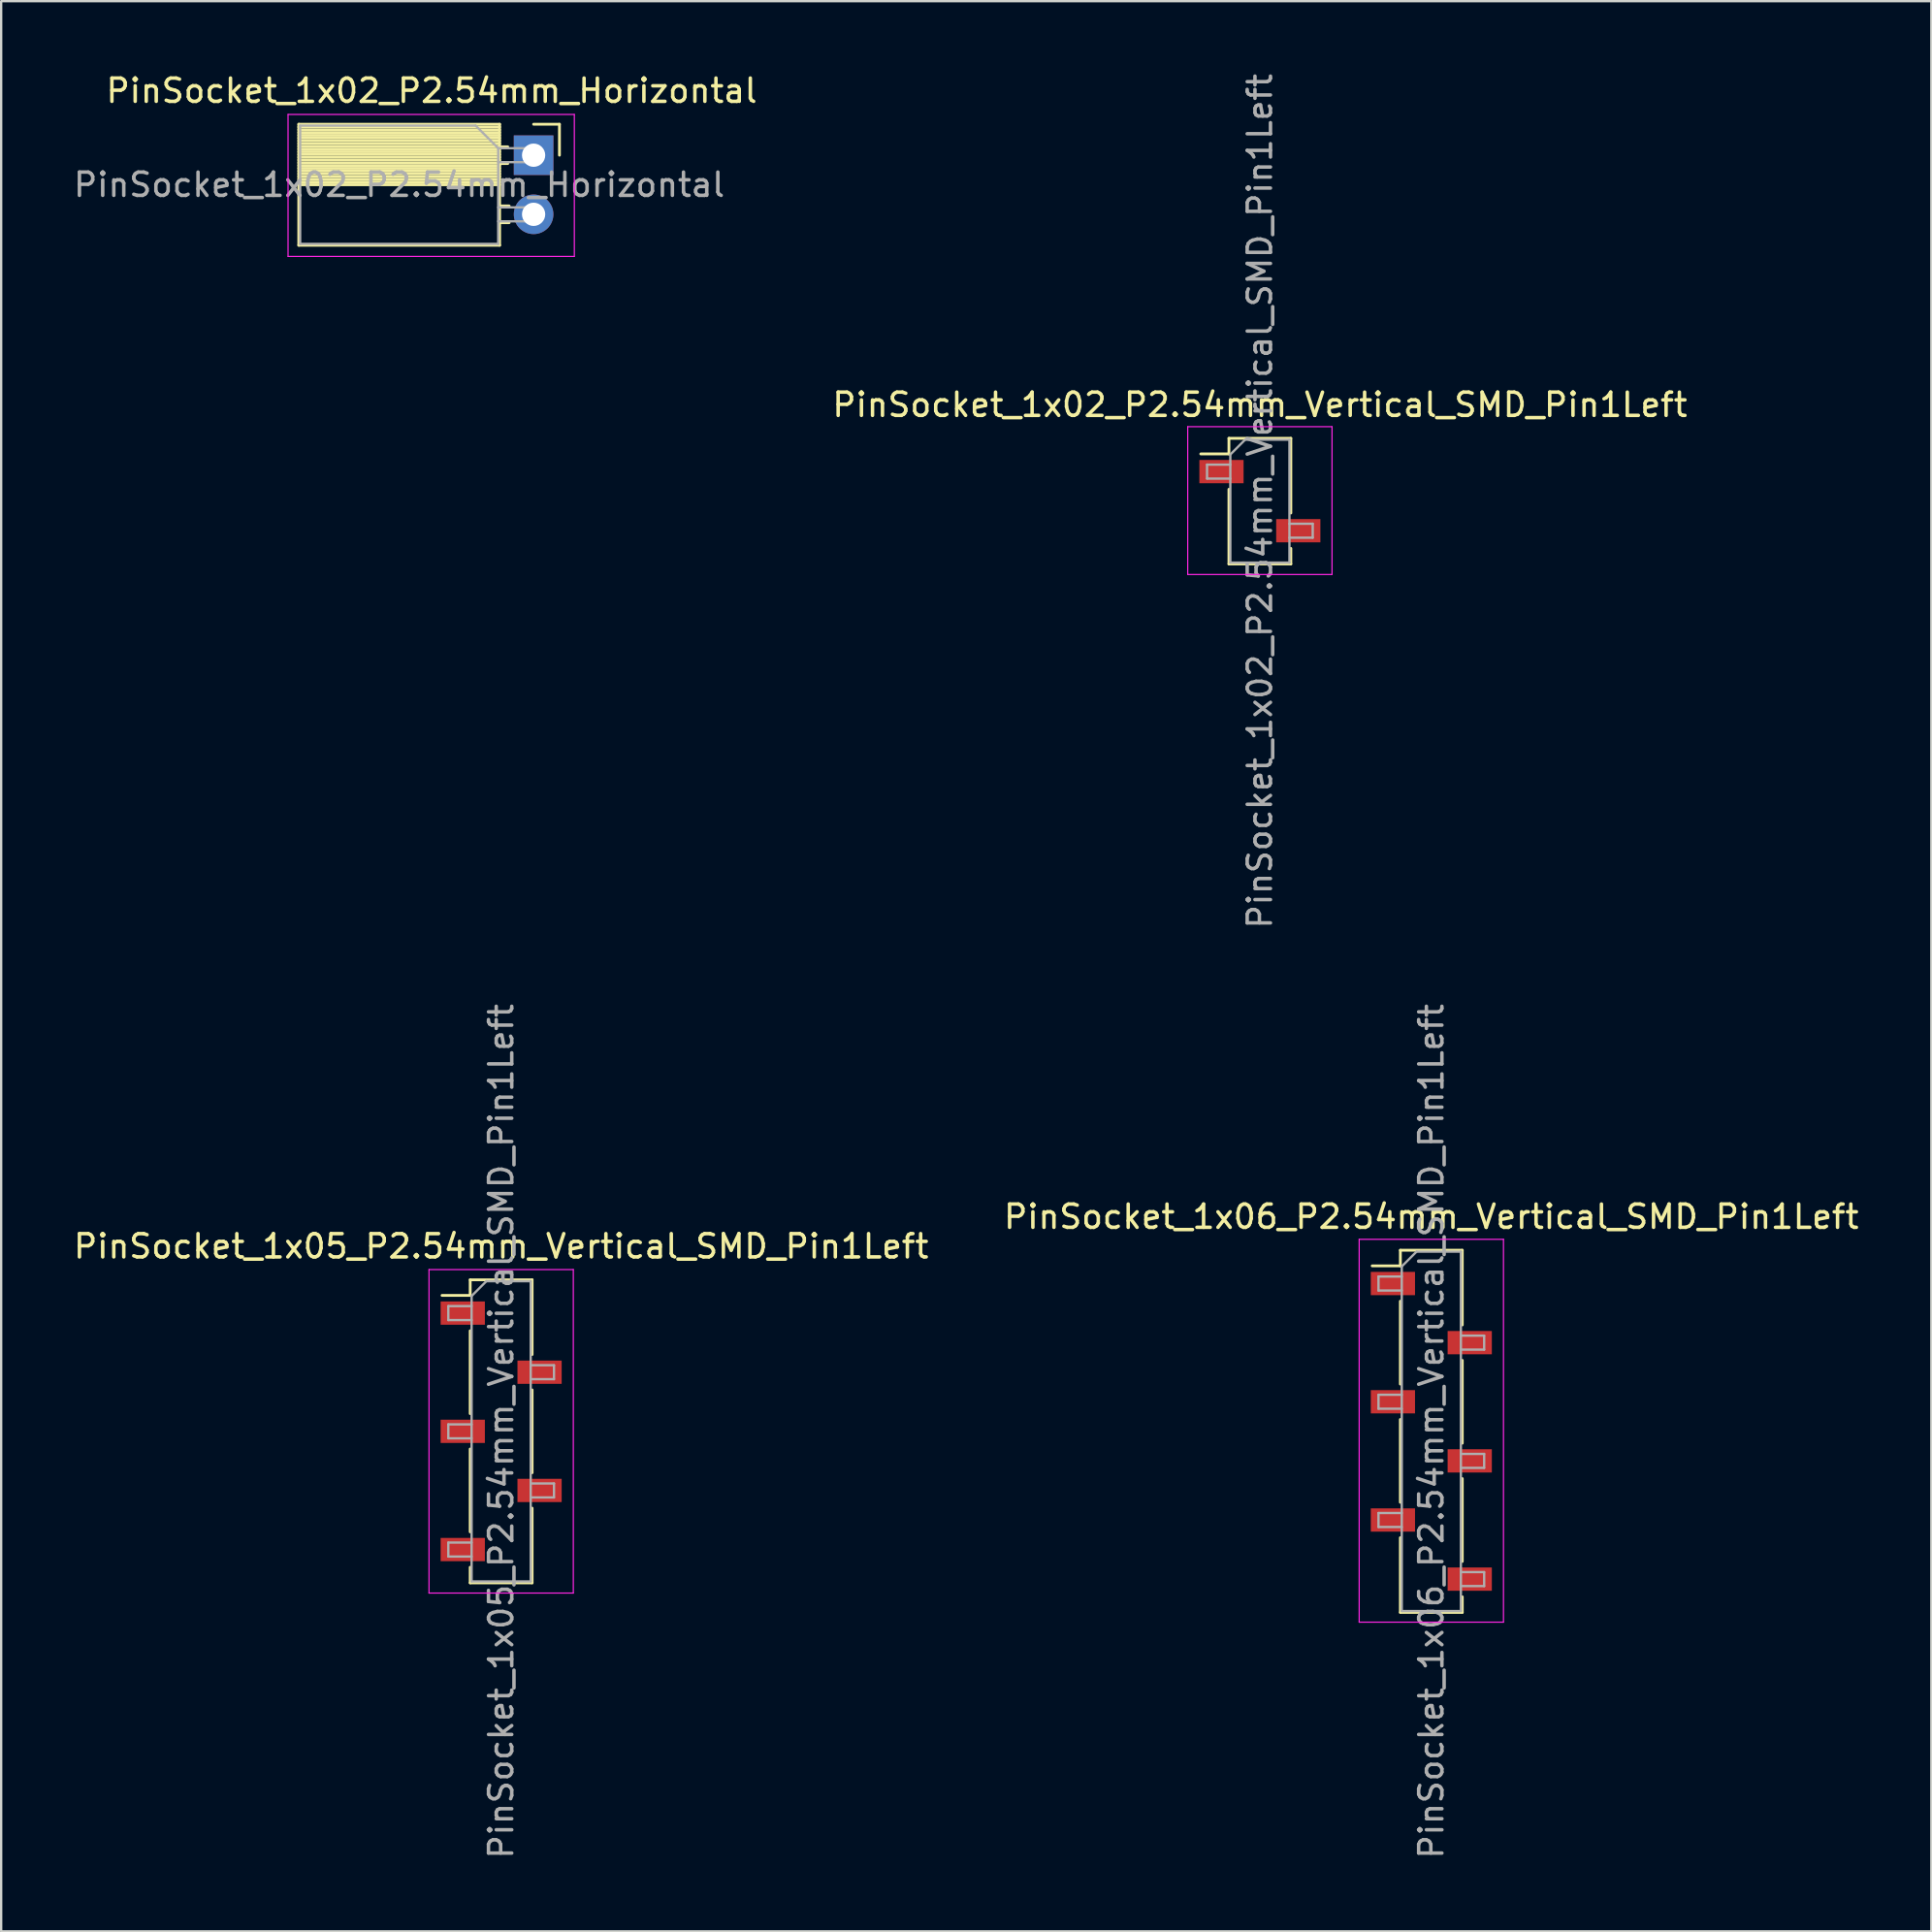
<source format=kicad_pcb>
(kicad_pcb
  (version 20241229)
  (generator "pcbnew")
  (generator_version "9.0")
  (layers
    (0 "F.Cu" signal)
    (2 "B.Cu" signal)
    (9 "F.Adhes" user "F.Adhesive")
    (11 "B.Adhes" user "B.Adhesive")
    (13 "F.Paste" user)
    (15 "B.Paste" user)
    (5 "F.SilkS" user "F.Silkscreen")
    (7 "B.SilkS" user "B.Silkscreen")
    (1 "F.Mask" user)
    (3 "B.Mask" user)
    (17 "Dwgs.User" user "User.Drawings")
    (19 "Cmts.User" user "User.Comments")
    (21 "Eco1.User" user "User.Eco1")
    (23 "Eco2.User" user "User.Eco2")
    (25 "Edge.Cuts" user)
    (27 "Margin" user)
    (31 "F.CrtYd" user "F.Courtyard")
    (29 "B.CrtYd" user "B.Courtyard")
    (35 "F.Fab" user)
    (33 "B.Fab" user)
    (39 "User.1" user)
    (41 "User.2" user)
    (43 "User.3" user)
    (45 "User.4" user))
  (footprint "PinSocket_1x02_P2.54mm_Vertical_SMD_Pin1Left"
    (layer "F.Cu")
    (at 51.08 18.482)
    (property "Reference" "PinSocket_1x02_P2.54mm_Vertical_SMD_Pin1Left" (at 0 -4.14 0) (layer "F.SilkS") (effects (font (size 1 1) (thickness 0.15))))
    (attr smd)
    (fp_line (start -2.54 -2.03) (end -1.33 -2.03) (stroke (width 0.12) (type solid)) (layer "F.SilkS"))
    (fp_line (start -1.33 -2.7) (end -1.33 -2.03) (stroke (width 0.12) (type solid)) (layer "F.SilkS"))
    (fp_line (start -1.33 -2.7) (end 1.33 -2.7) (stroke (width 0.12) (type solid)) (layer "F.SilkS"))
    (fp_line (start -1.33 -0.51) (end -1.33 2.7) (stroke (width 0.12) (type solid)) (layer "F.SilkS"))
    (fp_line (start -1.33 2.7) (end 1.33 2.7) (stroke (width 0.12) (type solid)) (layer "F.SilkS"))
    (fp_line (start 1.33 -2.7) (end 1.33 0.51) (stroke (width 0.12) (type solid)) (layer "F.SilkS"))
    (fp_line (start 1.33 2.03) (end 1.33 2.7) (stroke (width 0.12) (type solid)) (layer "F.SilkS"))
    (fp_line (start -3.1 -3.2) (end 3.1 -3.2) (stroke (width 0.05) (type solid)) (layer "F.CrtYd"))
    (fp_line (start -3.1 3.15) (end -3.1 -3.2) (stroke (width 0.05) (type solid)) (layer "F.CrtYd"))
    (fp_line (start 3.1 -3.2) (end 3.1 3.15) (stroke (width 0.05) (type solid)) (layer "F.CrtYd"))
    (fp_line (start 3.1 3.15) (end -3.1 3.15) (stroke (width 0.05) (type solid)) (layer "F.CrtYd"))
    (fp_line (start -2.27 -1.57) (end -1.27 -1.57) (stroke (width 0.1) (type solid)) (layer "F.Fab"))
    (fp_line (start -2.27 -0.97) (end -2.27 -1.57) (stroke (width 0.1) (type solid)) (layer "F.Fab"))
    (fp_line (start -1.27 -2.005) (end -0.635 -2.64) (stroke (width 0.1) (type solid)) (layer "F.Fab"))
    (fp_line (start -1.27 -0.97) (end -2.27 -0.97) (stroke (width 0.1) (type solid)) (layer "F.Fab"))
    (fp_line (start -1.27 2.64) (end -1.27 -2.005) (stroke (width 0.1) (type solid)) (layer "F.Fab"))
    (fp_line (start -0.635 -2.64) (end 1.27 -2.64) (stroke (width 0.1) (type solid)) (layer "F.Fab"))
    (fp_line (start 1.27 -2.64) (end 1.27 2.64) (stroke (width 0.1) (type solid)) (layer "F.Fab"))
    (fp_line (start 1.27 0.97) (end 2.27 0.97) (stroke (width 0.1) (type solid)) (layer "F.Fab"))
    (fp_line (start 1.27 2.64) (end -1.27 2.64) (stroke (width 0.1) (type solid)) (layer "F.Fab"))
    (fp_line (start 2.27 0.97) (end 2.27 1.57) (stroke (width 0.1) (type solid)) (layer "F.Fab"))
    (fp_line (start 2.27 1.57) (end 1.27 1.57) (stroke (width 0.1) (type solid)) (layer "F.Fab"))
    (fp_text user "${REFERENCE}" (at 0 0 90) (layer "F.Fab") (effects (font (size 1 1) (thickness 0.15))))
    (pad "1" smd rect (at -1.65 -1.27) (size 1.9 1) (layers "F.Cu" "F.Mask" "F.Paste"))
    (pad "2" smd rect (at 1.65 1.27) (size 1.9 1) (layers "F.Cu" "F.Mask" "F.Paste")))
  (footprint "PinSocket_1x06_P2.54mm_Vertical_SMD_Pin1Left"
    (layer "F.Cu")
    (at 58.446 58.446)
    (property "Reference" "PinSocket_1x06_P2.54mm_Vertical_SMD_Pin1Left" (at 0 -9.22 0) (layer "F.SilkS") (effects (font (size 1 1) (thickness 0.15))))
    (attr smd)
    (fp_line (start -2.54 -7.11) (end -1.33 -7.11) (stroke (width 0.12) (type solid)) (layer "F.SilkS"))
    (fp_line (start -1.33 -7.78) (end -1.33 -7.11) (stroke (width 0.12) (type solid)) (layer "F.SilkS"))
    (fp_line (start -1.33 -7.78) (end 1.33 -7.78) (stroke (width 0.12) (type solid)) (layer "F.SilkS"))
    (fp_line (start -1.33 -5.59) (end -1.33 -2.03) (stroke (width 0.12) (type solid)) (layer "F.SilkS"))
    (fp_line (start -1.33 -0.51) (end -1.33 3.05) (stroke (width 0.12) (type solid)) (layer "F.SilkS"))
    (fp_line (start -1.33 4.57) (end -1.33 7.78) (stroke (width 0.12) (type solid)) (layer "F.SilkS"))
    (fp_line (start -1.33 7.78) (end 1.33 7.78) (stroke (width 0.12) (type solid)) (layer "F.SilkS"))
    (fp_line (start 1.33 -7.78) (end 1.33 -4.57) (stroke (width 0.12) (type solid)) (layer "F.SilkS"))
    (fp_line (start 1.33 -3.05) (end 1.33 0.51) (stroke (width 0.12) (type solid)) (layer "F.SilkS"))
    (fp_line (start 1.33 2.03) (end 1.33 5.59) (stroke (width 0.12) (type solid)) (layer "F.SilkS"))
    (fp_line (start 1.33 7.11) (end 1.33 7.78) (stroke (width 0.12) (type solid)) (layer "F.SilkS"))
    (fp_line (start -3.1 -8.25) (end 3.1 -8.25) (stroke (width 0.05) (type solid)) (layer "F.CrtYd"))
    (fp_line (start -3.1 8.2) (end -3.1 -8.25) (stroke (width 0.05) (type solid)) (layer "F.CrtYd"))
    (fp_line (start 3.1 -8.25) (end 3.1 8.2) (stroke (width 0.05) (type solid)) (layer "F.CrtYd"))
    (fp_line (start 3.1 8.2) (end -3.1 8.2) (stroke (width 0.05) (type solid)) (layer "F.CrtYd"))
    (fp_line (start -2.27 -6.65) (end -1.27 -6.65) (stroke (width 0.1) (type solid)) (layer "F.Fab"))
    (fp_line (start -2.27 -6.05) (end -2.27 -6.65) (stroke (width 0.1) (type solid)) (layer "F.Fab"))
    (fp_line (start -2.27 -1.57) (end -1.27 -1.57) (stroke (width 0.1) (type solid)) (layer "F.Fab"))
    (fp_line (start -2.27 -0.97) (end -2.27 -1.57) (stroke (width 0.1) (type solid)) (layer "F.Fab"))
    (fp_line (start -2.27 3.51) (end -1.27 3.51) (stroke (width 0.1) (type solid)) (layer "F.Fab"))
    (fp_line (start -2.27 4.11) (end -2.27 3.51) (stroke (width 0.1) (type solid)) (layer "F.Fab"))
    (fp_line (start -1.27 -7.085) (end -0.635 -7.72) (stroke (width 0.1) (type solid)) (layer "F.Fab"))
    (fp_line (start -1.27 -6.05) (end -2.27 -6.05) (stroke (width 0.1) (type solid)) (layer "F.Fab"))
    (fp_line (start -1.27 -0.97) (end -2.27 -0.97) (stroke (width 0.1) (type solid)) (layer "F.Fab"))
    (fp_line (start -1.27 4.11) (end -2.27 4.11) (stroke (width 0.1) (type solid)) (layer "F.Fab"))
    (fp_line (start -1.27 7.72) (end -1.27 -7.085) (stroke (width 0.1) (type solid)) (layer "F.Fab"))
    (fp_line (start -0.635 -7.72) (end 1.27 -7.72) (stroke (width 0.1) (type solid)) (layer "F.Fab"))
    (fp_line (start 1.27 -7.72) (end 1.27 7.72) (stroke (width 0.1) (type solid)) (layer "F.Fab"))
    (fp_line (start 1.27 -4.11) (end 2.27 -4.11) (stroke (width 0.1) (type solid)) (layer "F.Fab"))
    (fp_line (start 1.27 0.97) (end 2.27 0.97) (stroke (width 0.1) (type solid)) (layer "F.Fab"))
    (fp_line (start 1.27 6.05) (end 2.27 6.05) (stroke (width 0.1) (type solid)) (layer "F.Fab"))
    (fp_line (start 1.27 7.72) (end -1.27 7.72) (stroke (width 0.1) (type solid)) (layer "F.Fab"))
    (fp_line (start 2.27 -4.11) (end 2.27 -3.51) (stroke (width 0.1) (type solid)) (layer "F.Fab"))
    (fp_line (start 2.27 -3.51) (end 1.27 -3.51) (stroke (width 0.1) (type solid)) (layer "F.Fab"))
    (fp_line (start 2.27 0.97) (end 2.27 1.57) (stroke (width 0.1) (type solid)) (layer "F.Fab"))
    (fp_line (start 2.27 1.57) (end 1.27 1.57) (stroke (width 0.1) (type solid)) (layer "F.Fab"))
    (fp_line (start 2.27 6.05) (end 2.27 6.65) (stroke (width 0.1) (type solid)) (layer "F.Fab"))
    (fp_line (start 2.27 6.65) (end 1.27 6.65) (stroke (width 0.1) (type solid)) (layer "F.Fab"))
    (fp_text user "${REFERENCE}" (at 0 0 90) (layer "F.Fab") (effects (font (size 1 1) (thickness 0.15))))
    (pad "1" smd rect (at -1.65 -6.35) (size 1.9 1) (layers "F.Cu" "F.Mask" "F.Paste"))
    (pad "2" smd rect (at 1.65 -3.81) (size 1.9 1) (layers "F.Cu" "F.Mask" "F.Paste"))
    (pad "3" smd rect (at -1.65 -1.27) (size 1.9 1) (layers "F.Cu" "F.Mask" "F.Paste"))
    (pad "4" smd rect (at 1.65 1.27) (size 1.9 1) (layers "F.Cu" "F.Mask" "F.Paste"))
    (pad "5" smd rect (at -1.65 3.81) (size 1.9 1) (layers "F.Cu" "F.Mask" "F.Paste"))
    (pad "6" smd rect (at 1.65 6.35) (size 1.9 1) (layers "F.Cu" "F.Mask" "F.Paste")))
  (footprint "PinSocket_1x05_P2.54mm_Vertical_SMD_Pin1Left"
    (layer "F.Cu")
    (at 18.482 58.446)
    (property "Reference" "PinSocket_1x05_P2.54mm_Vertical_SMD_Pin1Left" (at 0 -7.95 0) (layer "F.SilkS") (effects (font (size 1 1) (thickness 0.15))))
    (attr smd)
    (fp_line (start -2.54 -5.84) (end -1.33 -5.84) (stroke (width 0.12) (type solid)) (layer "F.SilkS"))
    (fp_line (start -1.33 -6.51) (end -1.33 -5.84) (stroke (width 0.12) (type solid)) (layer "F.SilkS"))
    (fp_line (start -1.33 -6.51) (end 1.33 -6.51) (stroke (width 0.12) (type solid)) (layer "F.SilkS"))
    (fp_line (start -1.33 -4.32) (end -1.33 -0.76) (stroke (width 0.12) (type solid)) (layer "F.SilkS"))
    (fp_line (start -1.33 0.76) (end -1.33 4.32) (stroke (width 0.12) (type solid)) (layer "F.SilkS"))
    (fp_line (start -1.33 5.84) (end -1.33 6.51) (stroke (width 0.12) (type solid)) (layer "F.SilkS"))
    (fp_line (start -1.33 6.51) (end 1.33 6.51) (stroke (width 0.12) (type solid)) (layer "F.SilkS"))
    (fp_line (start 1.33 -6.51) (end 1.33 -3.3) (stroke (width 0.12) (type solid)) (layer "F.SilkS"))
    (fp_line (start 1.33 -1.78) (end 1.33 1.78) (stroke (width 0.12) (type solid)) (layer "F.SilkS"))
    (fp_line (start 1.33 3.3) (end 1.33 6.51) (stroke (width 0.12) (type solid)) (layer "F.SilkS"))
    (fp_line (start -3.1 -6.95) (end 3.1 -6.95) (stroke (width 0.05) (type solid)) (layer "F.CrtYd"))
    (fp_line (start -3.1 6.95) (end -3.1 -6.95) (stroke (width 0.05) (type solid)) (layer "F.CrtYd"))
    (fp_line (start 3.1 -6.95) (end 3.1 6.95) (stroke (width 0.05) (type solid)) (layer "F.CrtYd"))
    (fp_line (start 3.1 6.95) (end -3.1 6.95) (stroke (width 0.05) (type solid)) (layer "F.CrtYd"))
    (fp_line (start -2.27 -5.38) (end -1.27 -5.38) (stroke (width 0.1) (type solid)) (layer "F.Fab"))
    (fp_line (start -2.27 -4.78) (end -2.27 -5.38) (stroke (width 0.1) (type solid)) (layer "F.Fab"))
    (fp_line (start -2.27 -0.3) (end -1.27 -0.3) (stroke (width 0.1) (type solid)) (layer "F.Fab"))
    (fp_line (start -2.27 0.3) (end -2.27 -0.3) (stroke (width 0.1) (type solid)) (layer "F.Fab"))
    (fp_line (start -2.27 4.78) (end -1.27 4.78) (stroke (width 0.1) (type solid)) (layer "F.Fab"))
    (fp_line (start -2.27 5.38) (end -2.27 4.78) (stroke (width 0.1) (type solid)) (layer "F.Fab"))
    (fp_line (start -1.27 -5.815) (end -0.635 -6.45) (stroke (width 0.1) (type solid)) (layer "F.Fab"))
    (fp_line (start -1.27 -4.78) (end -2.27 -4.78) (stroke (width 0.1) (type solid)) (layer "F.Fab"))
    (fp_line (start -1.27 0.3) (end -2.27 0.3) (stroke (width 0.1) (type solid)) (layer "F.Fab"))
    (fp_line (start -1.27 5.38) (end -2.27 5.38) (stroke (width 0.1) (type solid)) (layer "F.Fab"))
    (fp_line (start -1.27 6.45) (end -1.27 -5.815) (stroke (width 0.1) (type solid)) (layer "F.Fab"))
    (fp_line (start -0.635 -6.45) (end 1.27 -6.45) (stroke (width 0.1) (type solid)) (layer "F.Fab"))
    (fp_line (start 1.27 -6.45) (end 1.27 6.45) (stroke (width 0.1) (type solid)) (layer "F.Fab"))
    (fp_line (start 1.27 -2.84) (end 2.27 -2.84) (stroke (width 0.1) (type solid)) (layer "F.Fab"))
    (fp_line (start 1.27 2.24) (end 2.27 2.24) (stroke (width 0.1) (type solid)) (layer "F.Fab"))
    (fp_line (start 1.27 6.45) (end -1.27 6.45) (stroke (width 0.1) (type solid)) (layer "F.Fab"))
    (fp_line (start 2.27 -2.84) (end 2.27 -2.24) (stroke (width 0.1) (type solid)) (layer "F.Fab"))
    (fp_line (start 2.27 -2.24) (end 1.27 -2.24) (stroke (width 0.1) (type solid)) (layer "F.Fab"))
    (fp_line (start 2.27 2.24) (end 2.27 2.84) (stroke (width 0.1) (type solid)) (layer "F.Fab"))
    (fp_line (start 2.27 2.84) (end 1.27 2.84) (stroke (width 0.1) (type solid)) (layer "F.Fab"))
    (fp_text user "${REFERENCE}" (at 0 0 90) (layer "F.Fab") (effects (font (size 1 1) (thickness 0.15))))
    (pad "1" smd rect (at -1.65 -5.08) (size 1.9 1) (layers "F.Cu" "F.Mask" "F.Paste"))
    (pad "2" smd rect (at 1.65 -2.54) (size 1.9 1) (layers "F.Cu" "F.Mask" "F.Paste"))
    (pad "3" smd rect (at -1.65 0) (size 1.9 1) (layers "F.Cu" "F.Mask" "F.Paste"))
    (pad "4" smd rect (at 1.65 2.54) (size 1.9 1) (layers "F.Cu" "F.Mask" "F.Paste"))
    (pad "5" smd rect (at -1.65 5.08) (size 1.9 1) (layers "F.Cu" "F.Mask" "F.Paste")))
  (footprint "PinSocket_1x02_P2.54mm_Horizontal"
    (layer "F.Cu")
    (at 19.876 3.618)
    (property "Reference" "PinSocket_1x02_P2.54mm_Horizontal" (at -4.38 -2.77 0) (layer "F.SilkS") (effects (font (size 1 1) (thickness 0.15))))
    (attr through_hole)
    (fp_line (start -10.09 -1.33) (end -10.09 3.87) (stroke (width 0.12) (type solid)) (layer "F.SilkS"))
    (fp_line (start -10.09 -1.33) (end -1.46 -1.33) (stroke (width 0.12) (type solid)) (layer "F.SilkS"))
    (fp_line (start -10.09 -1.21) (end -1.46 -1.21) (stroke (width 0.12) (type solid)) (layer "F.SilkS"))
    (fp_line (start -10.09 -1.092) (end -1.46 -1.092) (stroke (width 0.12) (type solid)) (layer "F.SilkS"))
    (fp_line (start -10.09 -0.974) (end -1.46 -0.974) (stroke (width 0.12) (type solid)) (layer "F.SilkS"))
    (fp_line (start -10.09 -0.856) (end -1.46 -0.856) (stroke (width 0.12) (type solid)) (layer "F.SilkS"))
    (fp_line (start -10.09 -0.738) (end -1.46 -0.738) (stroke (width 0.12) (type solid)) (layer "F.SilkS"))
    (fp_line (start -10.09 -0.62) (end -1.46 -0.62) (stroke (width 0.12) (type solid)) (layer "F.SilkS"))
    (fp_line (start -10.09 -0.501) (end -1.46 -0.501) (stroke (width 0.12) (type solid)) (layer "F.SilkS"))
    (fp_line (start -10.09 -0.383) (end -1.46 -0.383) (stroke (width 0.12) (type solid)) (layer "F.SilkS"))
    (fp_line (start -10.09 -0.265) (end -1.46 -0.265) (stroke (width 0.12) (type solid)) (layer "F.SilkS"))
    (fp_line (start -10.09 -0.147) (end -1.46 -0.147) (stroke (width 0.12) (type solid)) (layer "F.SilkS"))
    (fp_line (start -10.09 -0.029) (end -1.46 -0.029) (stroke (width 0.12) (type solid)) (layer "F.SilkS"))
    (fp_line (start -10.09 0.089) (end -1.46 0.089) (stroke (width 0.12) (type solid)) (layer "F.SilkS"))
    (fp_line (start -10.09 0.207) (end -1.46 0.207) (stroke (width 0.12) (type solid)) (layer "F.SilkS"))
    (fp_line (start -10.09 0.325) (end -1.46 0.325) (stroke (width 0.12) (type solid)) (layer "F.SilkS"))
    (fp_line (start -10.09 0.443) (end -1.46 0.443) (stroke (width 0.12) (type solid)) (layer "F.SilkS"))
    (fp_line (start -10.09 0.561) (end -1.46 0.561) (stroke (width 0.12) (type solid)) (layer "F.SilkS"))
    (fp_line (start -10.09 0.68) (end -1.46 0.68) (stroke (width 0.12) (type solid)) (layer "F.SilkS"))
    (fp_line (start -10.09 0.798) (end -1.46 0.798) (stroke (width 0.12) (type solid)) (layer "F.SilkS"))
    (fp_line (start -10.09 0.916) (end -1.46 0.916) (stroke (width 0.12) (type solid)) (layer "F.SilkS"))
    (fp_line (start -10.09 1.034) (end -1.46 1.034) (stroke (width 0.12) (type solid)) (layer "F.SilkS"))
    (fp_line (start -10.09 1.152) (end -1.46 1.152) (stroke (width 0.12) (type solid)) (layer "F.SilkS"))
    (fp_line (start -10.09 1.27) (end -1.46 1.27) (stroke (width 0.12) (type solid)) (layer "F.SilkS"))
    (fp_line (start -10.09 3.87) (end -1.46 3.87) (stroke (width 0.12) (type solid)) (layer "F.SilkS"))
    (fp_line (start -1.46 -1.33) (end -1.46 3.87) (stroke (width 0.12) (type solid)) (layer "F.SilkS"))
    (fp_line (start -1.46 -0.36) (end -1.11 -0.36) (stroke (width 0.12) (type solid)) (layer "F.SilkS"))
    (fp_line (start -1.46 0.36) (end -1.11 0.36) (stroke (width 0.12) (type solid)) (layer "F.SilkS"))
    (fp_line (start -1.46 2.18) (end -1.05 2.18) (stroke (width 0.12) (type solid)) (layer "F.SilkS"))
    (fp_line (start -1.46 2.9) (end -1.05 2.9) (stroke (width 0.12) (type solid)) (layer "F.SilkS"))
    (fp_line (start 0 -1.33) (end 1.11 -1.33) (stroke (width 0.12) (type solid)) (layer "F.SilkS"))
    (fp_line (start 1.11 -1.33) (end 1.11 0) (stroke (width 0.12) (type solid)) (layer "F.SilkS"))
    (fp_line (start -10.55 -1.75) (end -10.55 4.35) (stroke (width 0.05) (type solid)) (layer "F.CrtYd"))
    (fp_line (start -10.55 4.35) (end 1.75 4.35) (stroke (width 0.05) (type solid)) (layer "F.CrtYd"))
    (fp_line (start 1.75 -1.75) (end -10.55 -1.75) (stroke (width 0.05) (type solid)) (layer "F.CrtYd"))
    (fp_line (start 1.75 4.35) (end 1.75 -1.75) (stroke (width 0.05) (type solid)) (layer "F.CrtYd"))
    (fp_line (start -10.03 -1.27) (end -2.49 -1.27) (stroke (width 0.1) (type solid)) (layer "F.Fab"))
    (fp_line (start -10.03 3.81) (end -10.03 -1.27) (stroke (width 0.1) (type solid)) (layer "F.Fab"))
    (fp_line (start -2.49 -1.27) (end -1.52 -0.3) (stroke (width 0.1) (type solid)) (layer "F.Fab"))
    (fp_line (start -1.52 -0.3) (end -1.52 3.81) (stroke (width 0.1) (type solid)) (layer "F.Fab"))
    (fp_line (start -1.52 0.3) (end 0 0.3) (stroke (width 0.1) (type solid)) (layer "F.Fab"))
    (fp_line (start -1.52 2.84) (end 0 2.84) (stroke (width 0.1) (type solid)) (layer "F.Fab"))
    (fp_line (start -1.52 3.81) (end -10.03 3.81) (stroke (width 0.1) (type solid)) (layer "F.Fab"))
    (fp_line (start 0 -0.3) (end -1.52 -0.3) (stroke (width 0.1) (type solid)) (layer "F.Fab"))
    (fp_line (start 0 0.3) (end 0 -0.3) (stroke (width 0.1) (type solid)) (layer "F.Fab"))
    (fp_line (start 0 2.24) (end -1.52 2.24) (stroke (width 0.1) (type solid)) (layer "F.Fab"))
    (fp_line (start 0 2.84) (end 0 2.24) (stroke (width 0.1) (type solid)) (layer "F.Fab"))
    (fp_text user "${REFERENCE}" (at -5.775 1.27 0) (layer "F.Fab") (effects (font (size 1 1) (thickness 0.15))))
    (pad "1" thru_hole rect (at 0 0) (size 1.7 1.7) (drill 1) (layers "*.Cu" "*.Mask"))
    (pad "2" thru_hole oval (at 0 2.54) (size 1.7 1.7) (drill 1) (layers "*.Cu" "*.Mask")))
  (gr_rect
    (start -3 -3)
    (end 79.929 79.929)
    (stroke (width 0.1) (type default))
    (fill no)
    (layer "Edge.Cuts")))
</source>
